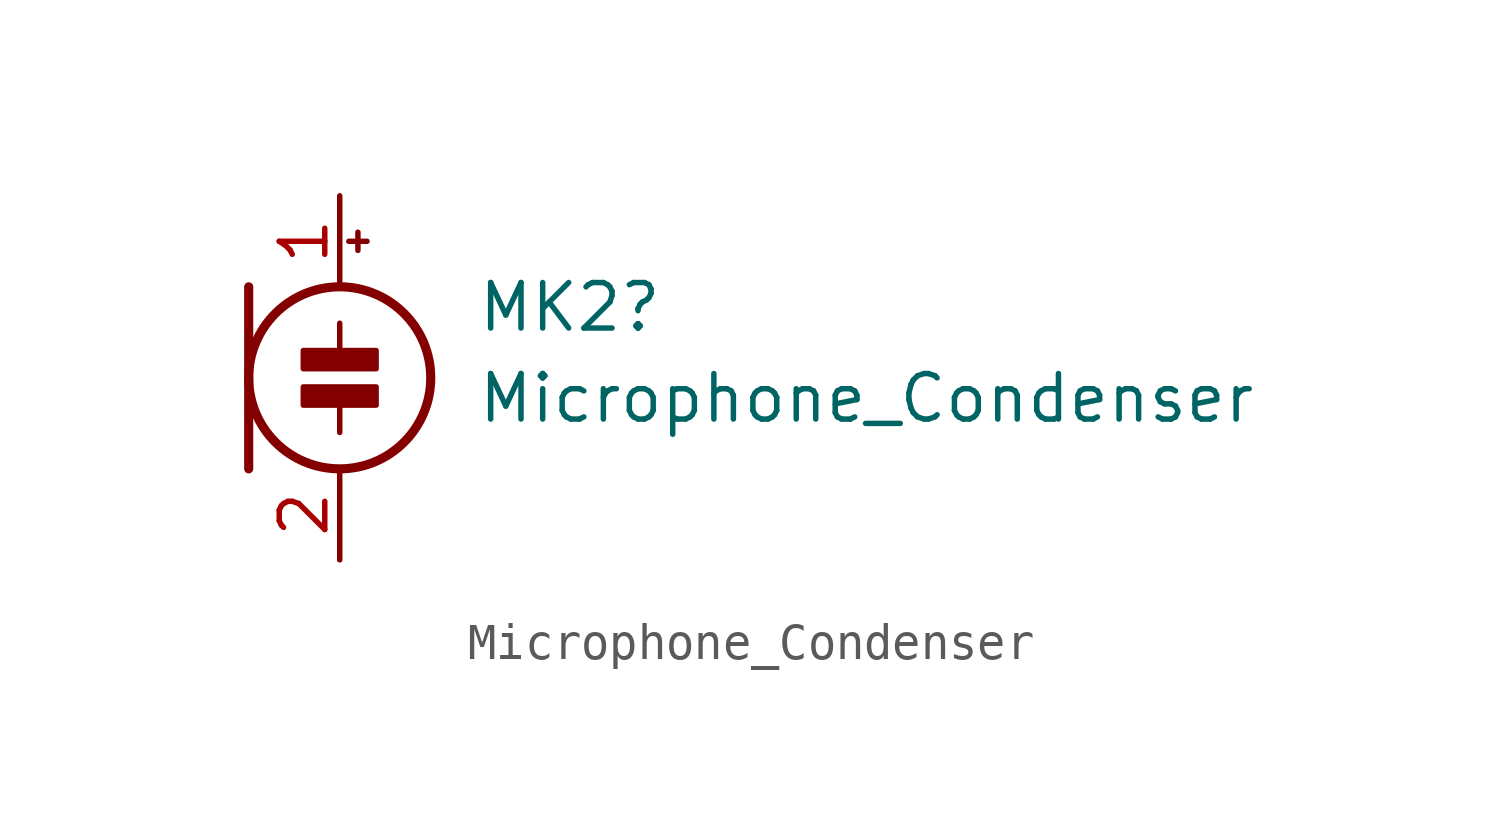
<source format=kicad_sym>
(kicad_symbol_lib
  (version 20241209)
  (generator "kicad_symbol_editor")
  (generator_version "9.0")
  (symbol "Microphone_Condenser"
    (pin_names
      (offset 0.025)
      (hide yes))
    (property "Reference" "MK2"
      (at 3.81 1.969 0)
      (effects (font (size 1.27 1.27)) (justify left)))
    (property "Value" "Microphone_Condenser"
      (at 3.81 -0.571 0)
      (effects (font (size 1.27 1.27)) (justify left)))
    (symbol "Microphone_Condenser_0_1"
      (polyline (pts (xy -2.54 2.54) (xy -2.54 -2.54)) (stroke (width 0.254) (type default)) (fill (type none)))
      (polyline (pts (xy 0 0.762) (xy 0 1.524)) (stroke (width 0) (type default)) (fill (type none)))
      (circle (center 0 0) (radius 2.54) (stroke (width 0.254) (type default)) (fill (type none)))
      (polyline (pts (xy 0 -0.762) (xy 0 -1.524)) (stroke (width 0) (type default)) (fill (type none)))
      (polyline (pts (xy 0.254 3.81) (xy 0.762 3.81)) (stroke (width 0) (type default)) (fill (type none)))
      (polyline (pts (xy 0.508 4.064) (xy 0.508 3.556)) (stroke (width 0) (type default)) (fill (type none)))
      (rectangle (start 1.016 0.762) (end -1.016 0.254) (stroke (width 0) (type default)) (fill (type outline)))
      (rectangle (start 1.016 -0.254) (end -1.016 -0.762) (stroke (width 0) (type default)) (fill (type outline))))
    (symbol "Microphone_Condenser_1_1"
      (pin passive line (at 0 5.08 270) (length 2.54) (name "+" (effects (font (size 1.27 1.27)))) (number "1" (effects (font (size 1.27 1.27)))))
      (pin passive line (at 0 -5.08 90) (length 2.54) (name "-" (effects (font (size 1.27 1.27)))) (number "2" (effects (font (size 1.27 1.27))))))))
</source>
